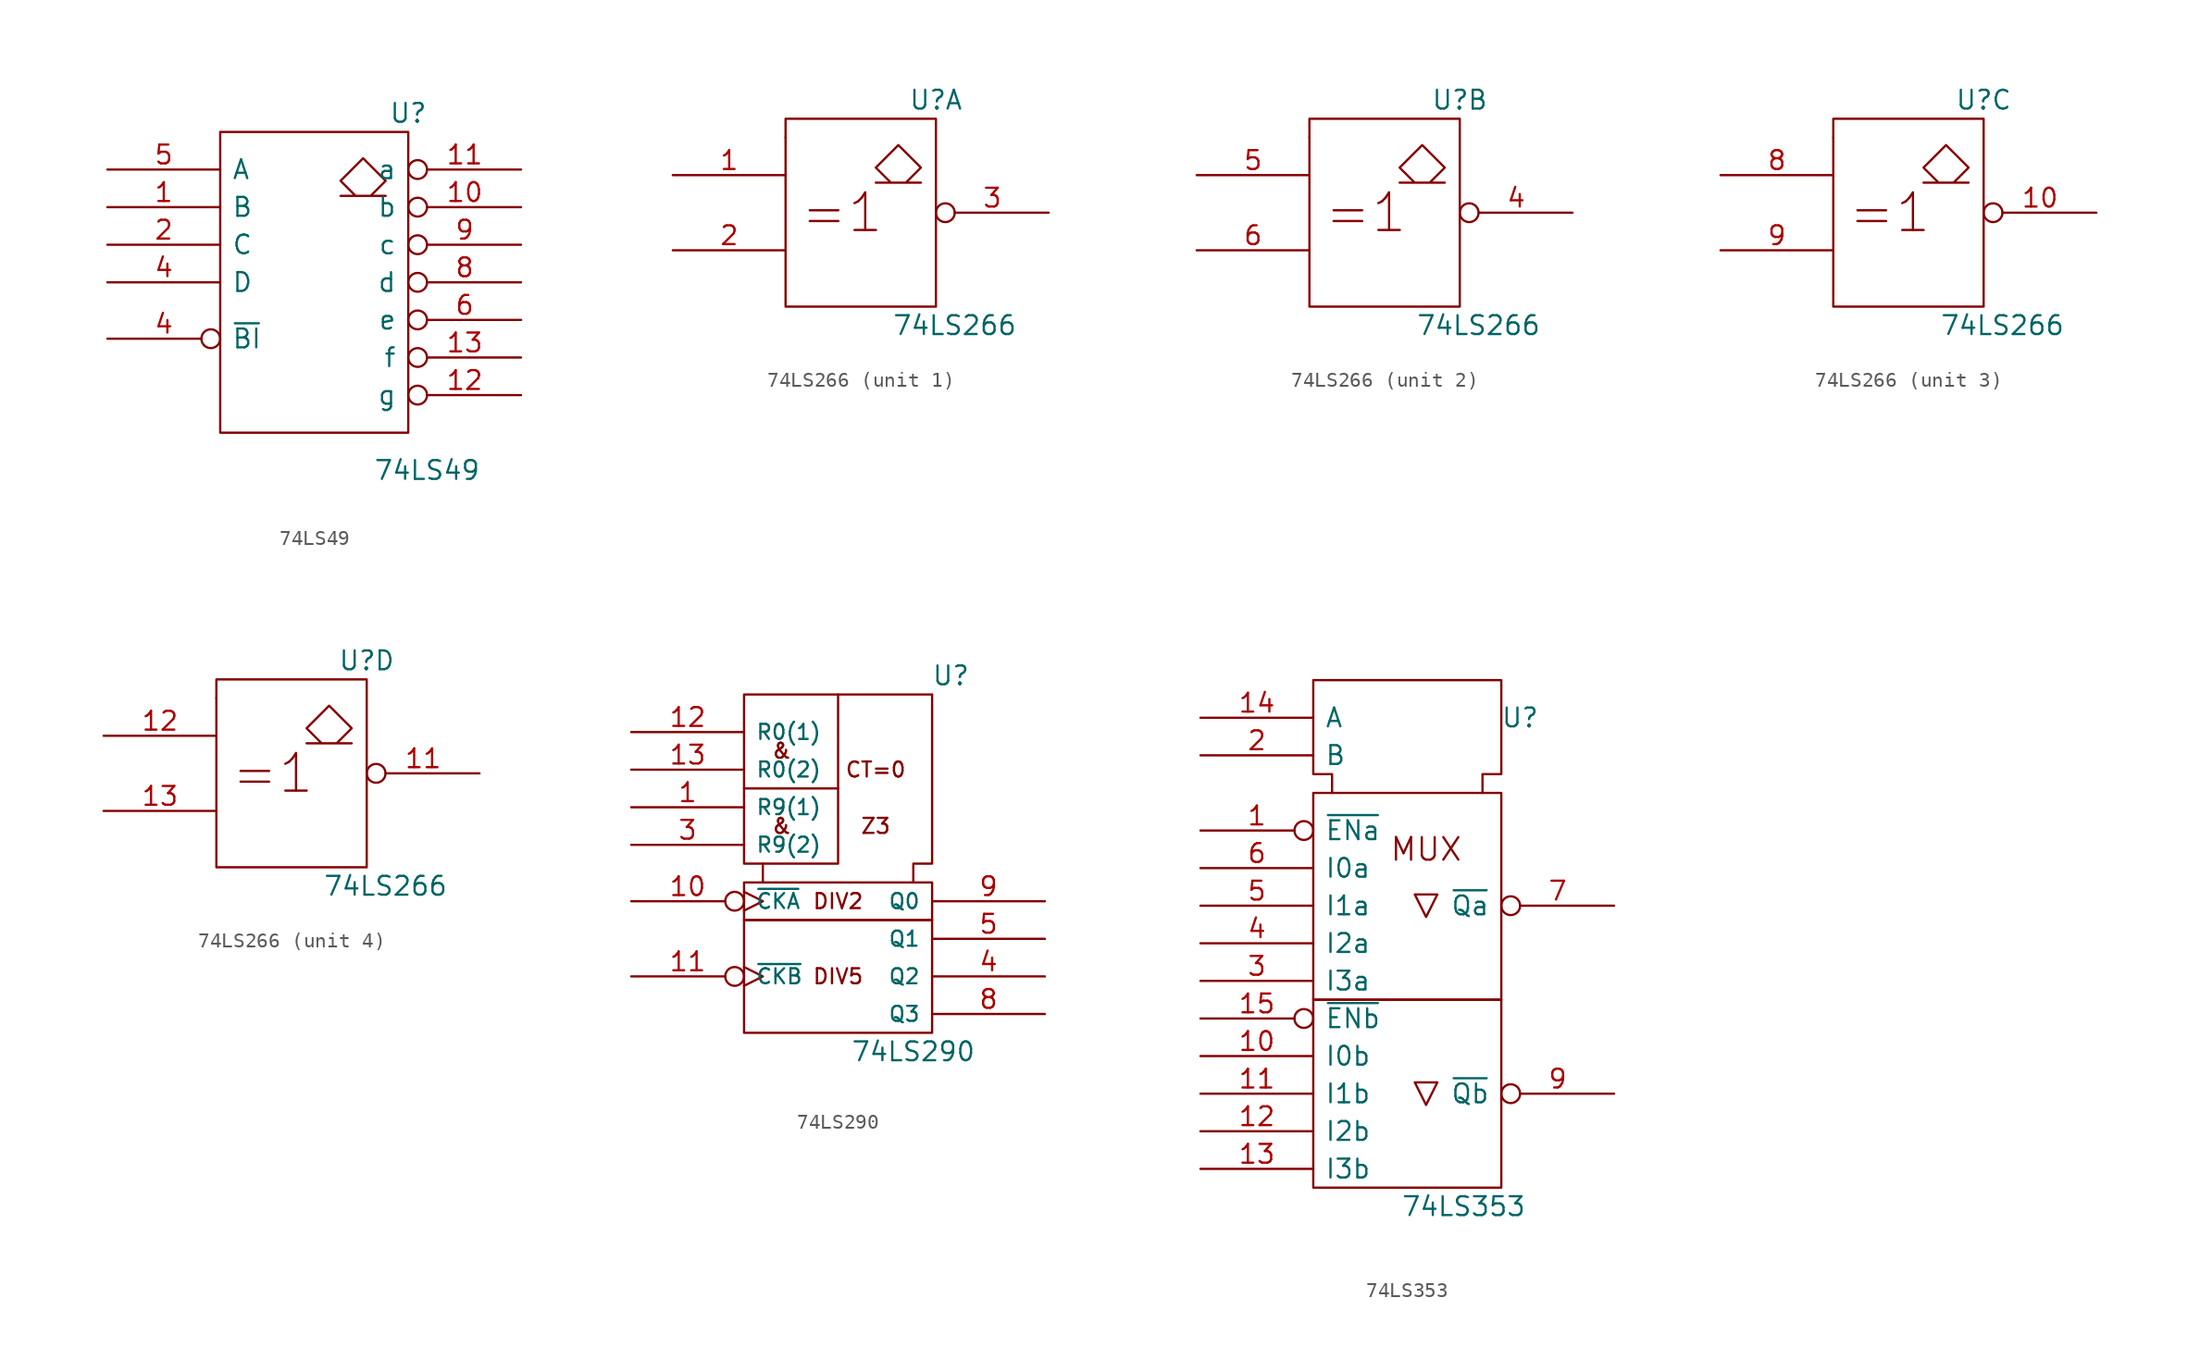
<source format=kicad_sym>
(kicad_symbol_lib
  (version 20201005)
  (generator kicad_symbol_editor)
  (symbol "74LS49"
    (pin_names
      (offset 0.762))
    (property "Reference" "U"
      (at 6.35 11.43 0)
      (effects (font (size 1.27 1.27))))
    (property "Value" "74LS49"
      (at 7.62 -12.7 0)
      (effects (font (size 1.27 1.27))))
    (symbol "74LS49_0_0"
      (rectangle (start -6.35 10.16) (end 6.35 -10.16) (stroke (width 0)) (fill (type none)))
      (polyline (pts (xy 3.81 5.842) (xy 4.826 6.858) (xy 3.302 8.382) (xy 1.778 6.858) (xy 2.794 5.842) (xy 1.778 5.842) (xy 4.826 5.842) (xy 4.826 5.842)) (stroke (width 0)) (fill (type none)))
      (pin power_in line (at 0 10.16 270) (length 0) hide (name "VCC" (effects (font (size 1.27 1.27)))) (number "14" (effects (font (size 1.27 1.27)))))
      (pin power_in line (at 0 -10.16 90) (length 0) hide (name "GND" (effects (font (size 1.27 1.27)))) (number "7" (effects (font (size 1.27 1.27))))))
    (symbol "74LS49_1_1"
      (pin open_collector inverted (at 13.97 -7.62 180) (length 7.62) (name "g" (effects (font (size 1.27 1.27)))) (number "12" (effects (font (size 1.27 1.27)))))
      (pin open_collector inverted (at 13.97 -5.08 180) (length 7.62) (name "f" (effects (font (size 1.27 1.27)))) (number "13" (effects (font (size 1.27 1.27)))))
      (pin open_collector inverted (at 13.97 -2.54 180) (length 7.62) (name "e" (effects (font (size 1.27 1.27)))) (number "6" (effects (font (size 1.27 1.27)))))
      (pin open_collector inverted (at 13.97 0 180) (length 7.62) (name "d" (effects (font (size 1.27 1.27)))) (number "8" (effects (font (size 1.27 1.27)))))
      (pin open_collector inverted (at 13.97 2.54 180) (length 7.62) (name "c" (effects (font (size 1.27 1.27)))) (number "9" (effects (font (size 1.27 1.27)))))
      (pin open_collector inverted (at 13.97 5.08 180) (length 7.62) (name "b" (effects (font (size 1.27 1.27)))) (number "10" (effects (font (size 1.27 1.27)))))
      (pin open_collector inverted (at 13.97 7.62 180) (length 7.62) (name "a" (effects (font (size 1.27 1.27)))) (number "11" (effects (font (size 1.27 1.27)))))
      (pin input inverted (at -13.97 -3.81 0) (length 7.62) (name "~BI" (effects (font (size 1.27 1.27)))) (number "4" (effects (font (size 1.27 1.27)))))
      (pin input line (at -13.97 0 0) (length 7.62) (name "D" (effects (font (size 1.27 1.27)))) (number "4" (effects (font (size 1.27 1.27)))))
      (pin input line (at -13.97 2.54 0) (length 7.62) (name "C" (effects (font (size 1.27 1.27)))) (number "2" (effects (font (size 1.27 1.27)))))
      (pin input line (at -13.97 5.08 0) (length 7.62) (name "B" (effects (font (size 1.27 1.27)))) (number "1" (effects (font (size 1.27 1.27)))))
      (pin input line (at -13.97 7.62 0) (length 7.62) (name "A" (effects (font (size 1.27 1.27)))) (number "5" (effects (font (size 1.27 1.27)))))))
  (symbol "74LS266"
    (pin_names
      (offset 0.762))
    (property "Reference" "U"
      (at 5.08 7.62 0)
      (effects (font (size 1.27 1.27))))
    (property "Value" "74LS266"
      (at 6.35 -7.62 0)
      (effects (font (size 1.27 1.27))))
    (symbol "74LS266_0_0"
      (text "=1" (at -1.27 0 0) (effects (font (size 2.54 2.54))))
      (rectangle (start -5.08 5.08) (end -5.08 5.08) (stroke (width 0)) (fill (type none)))
      (polyline (pts (xy 3.048 2.032) (xy 4.064 3.048) (xy 2.54 4.572) (xy 1.016 3.048) (xy 2.032 2.032) (xy 1.016 2.032) (xy 4.064 2.032) (xy 4.064 2.032)) (stroke (width 0)) (fill (type none))))
    (symbol "74LS266_0_1"
      (rectangle (start -5.08 6.35) (end 5.08 -6.35) (stroke (width 0)) (fill (type none)))
      (pin power_in line (at 0 6.35 270) (length 0) hide (name "VCC" (effects (font (size 1.27 1.27)))) (number "14" (effects (font (size 1.27 1.27)))))
      (pin power_in line (at 0 -6.35 90) (length 0) hide (name "GND" (effects (font (size 1.27 1.27)))) (number "7" (effects (font (size 1.27 1.27))))))
    (symbol "74LS266_1_1"
      (pin output inverted (at 12.7 0 180) (length 7.62) (name "~" (effects (font (size 1.27 1.27)))) (number "3" (effects (font (size 1.27 1.27)))))
      (pin input line (at -12.7 -2.54 0) (length 7.62) (name "~" (effects (font (size 1.27 1.27)))) (number "2" (effects (font (size 1.27 1.27)))))
      (pin input line (at -12.7 2.54 0) (length 7.62) (name "~" (effects (font (size 1.27 1.27)))) (number "1" (effects (font (size 1.27 1.27))))))
    (symbol "74LS266_2_1"
      (pin output inverted (at 12.7 0 180) (length 7.62) (name "~" (effects (font (size 1.27 1.27)))) (number "4" (effects (font (size 1.27 1.27)))))
      (pin input line (at -12.7 -2.54 0) (length 7.62) (name "~" (effects (font (size 1.27 1.27)))) (number "6" (effects (font (size 1.27 1.27)))))
      (pin input line (at -12.7 2.54 0) (length 7.62) (name "~" (effects (font (size 1.27 1.27)))) (number "5" (effects (font (size 1.27 1.27))))))
    (symbol "74LS266_3_1"
      (pin output inverted (at 12.7 0 180) (length 7.62) (name "~" (effects (font (size 1.27 1.27)))) (number "10" (effects (font (size 1.27 1.27)))))
      (pin input line (at -12.7 -2.54 0) (length 7.62) (name "~" (effects (font (size 1.27 1.27)))) (number "9" (effects (font (size 1.27 1.27)))))
      (pin input line (at -12.7 2.54 0) (length 7.62) (name "~" (effects (font (size 1.27 1.27)))) (number "8" (effects (font (size 1.27 1.27))))))
    (symbol "74LS266_4_1"
      (pin output inverted (at 12.7 0 180) (length 7.62) (name "~" (effects (font (size 1.27 1.27)))) (number "11" (effects (font (size 1.27 1.27)))))
      (pin input line (at -12.7 -2.54 0) (length 7.62) (name "~" (effects (font (size 1.27 1.27)))) (number "13" (effects (font (size 1.27 1.27)))))
      (pin input line (at -12.7 2.54 0) (length 7.62) (name "~" (effects (font (size 1.27 1.27)))) (number "12" (effects (font (size 1.27 1.27)))))))
  (symbol "74LS290"
    (pin_names
      (offset 0.762))
    (property "Reference" "U"
      (at 7.62 12.7 0)
      (effects (font (size 1.27 1.27))))
    (property "Value" "74LS290"
      (at 5.08 -12.7 0)
      (effects (font (size 1.27 1.27))))
    (symbol "74LS290_0_0"
      (text "&" (at -3.81 7.62 0) (effects (font (size 1.016 1.016))))
      (text "DIV2" (at 0 -2.54 0) (effects (font (size 1.016 1.016))))
      (text "DIV5" (at 0 -7.62 0) (effects (font (size 1.016 1.016))))
      (text "Z3" (at 2.54 2.54 0) (effects (font (size 1.016 1.016))))
      (text "CT=0" (at 2.54 6.35 0) (effects (font (size 1.016 1.016))))
      (text "&" (at -3.81 2.54 0) (effects (font (size 1.016 1.016))))
      (rectangle (start -6.35 -3.81) (end 6.35 -11.43) (stroke (width 0)) (fill (type none)))
      (rectangle (start -6.35 -1.27) (end 6.35 -3.81) (stroke (width 0)) (fill (type none)))
      (polyline (pts (xy 0 11.43) (xy 0 0) (xy -5.08 0) (xy -5.08 0)) (stroke (width 0)) (fill (type none)))
      (polyline (pts (xy 0 5.08) (xy -6.35 5.08) (xy -6.35 5.08)) (stroke (width 0)) (fill (type none)))
      (polyline (pts (xy -5.08 -1.27) (xy -5.08 0) (xy -6.35 0) (xy -6.35 11.43) (xy 6.35 11.43) (xy 6.35 0) (xy 5.08 0) (xy 5.08 -1.27) (xy 5.08 -1.27)) (stroke (width 0)) (fill (type none)))
      (pin input line (at 1.27 11.43 270) (length 0) hide (name "GND" (effects (font (size 1.016 1.016)))) (number "8" (effects (font (size 1.27 1.27)))))
      (pin power_in line (at 5.08 11.43 270) (length 0) hide (name "VCC" (effects (font (size 1.016 1.016)))) (number "16" (effects (font (size 1.27 1.27))))))
    (symbol "74LS290_1_1"
      (pin output line (at 13.97 -10.16 180) (length 7.62) (name "Q3" (effects (font (size 1.016 1.016)))) (number "8" (effects (font (size 1.27 1.27)))))
      (pin output line (at 13.97 -7.62 180) (length 7.62) (name "Q2" (effects (font (size 1.016 1.016)))) (number "4" (effects (font (size 1.27 1.27)))))
      (pin output line (at 13.97 -5.08 180) (length 7.62) (name "Q1" (effects (font (size 1.016 1.016)))) (number "5" (effects (font (size 1.27 1.27)))))
      (pin output line (at 13.97 -2.54 180) (length 7.62) (name "Q0" (effects (font (size 1.016 1.016)))) (number "9" (effects (font (size 1.27 1.27)))))
      (pin input inverted_clock (at -13.97 -7.62 0) (length 7.62) (name "~CKB" (effects (font (size 1.016 1.016)))) (number "11" (effects (font (size 1.27 1.27)))))
      (pin input inverted_clock (at -13.97 -2.54 0) (length 7.62) (name "~CKA" (effects (font (size 1.016 1.016)))) (number "10" (effects (font (size 1.27 1.27)))))
      (pin input line (at -13.97 1.27 0) (length 7.62) (name "R9(2)" (effects (font (size 1.016 1.016)))) (number "3" (effects (font (size 1.27 1.27)))))
      (pin input line (at -13.97 3.81 0) (length 7.62) (name "R9(1)" (effects (font (size 1.016 1.016)))) (number "1" (effects (font (size 1.27 1.27)))))
      (pin input line (at -13.97 6.35 0) (length 7.62) (name "R0(2)" (effects (font (size 1.016 1.016)))) (number "13" (effects (font (size 1.27 1.27)))))
      (pin input line (at -13.97 8.89 0) (length 7.62) (name "R0(1)" (effects (font (size 1.016 1.016)))) (number "12" (effects (font (size 1.27 1.27)))))))
  (symbol "74LS353"
    (pin_names
      (offset 0.762))
    (property "Reference" "U"
      (at 7.62 16.51 0)
      (effects (font (size 1.27 1.27))))
    (property "Value" "74LS353"
      (at 3.81 -16.51 0)
      (effects (font (size 1.27 1.27))))
    (symbol "74LS353_0_0"
      (text "MUX" (at 1.27 7.62 0) (effects (font (size 1.524 1.524))))
      (rectangle (start -6.35 -2.54) (end 6.35 -15.24) (stroke (width 0)) (fill (type none)))
      (rectangle (start -6.35 11.43) (end 6.35 -2.54) (stroke (width 0)) (fill (type none)))
      (polyline (pts (xy 2.032 -8.128) (xy 0.508 -8.128) (xy 1.27 -9.652) (xy 2.032 -8.128) (xy 2.032 -8.128)) (stroke (width 0)) (fill (type none)))
      (polyline (pts (xy 2.032 4.572) (xy 0.508 4.572) (xy 1.27 3.048) (xy 2.032 4.572) (xy 2.032 4.572)) (stroke (width 0)) (fill (type none)))
      (polyline (pts (xy -5.08 11.43) (xy -5.08 12.7) (xy -6.35 12.7) (xy -6.35 19.05) (xy 6.35 19.05) (xy 6.35 12.7) (xy 5.08 12.7) (xy 5.08 11.43) (xy 5.08 11.43)) (stroke (width 0)) (fill (type none)))
      (pin power_in line (at 0 19.05 270) (length 0) hide (name "GND" (effects (font (size 1.27 1.27)))) (number "8" (effects (font (size 1.27 1.27)))))
      (pin power_in line (at 3.81 19.05 270) (length 0) hide (name "VCC" (effects (font (size 1.27 1.27)))) (number "16" (effects (font (size 1.27 1.27))))))
    (symbol "74LS353_1_1"
      (pin tri_state inverted (at 13.97 -8.89 180) (length 7.62) (name "~Qb" (effects (font (size 1.27 1.27)))) (number "9" (effects (font (size 1.27 1.27)))))
      (pin tri_state inverted (at 13.97 3.81 180) (length 7.62) (name "~Qa" (effects (font (size 1.27 1.27)))) (number "7" (effects (font (size 1.27 1.27)))))
      (pin input line (at -13.97 -13.97 0) (length 7.62) (name "I3b" (effects (font (size 1.27 1.27)))) (number "13" (effects (font (size 1.27 1.27)))))
      (pin input line (at -13.97 -11.43 0) (length 7.62) (name "I2b" (effects (font (size 1.27 1.27)))) (number "12" (effects (font (size 1.27 1.27)))))
      (pin input line (at -13.97 -8.89 0) (length 7.62) (name "I1b" (effects (font (size 1.27 1.27)))) (number "11" (effects (font (size 1.27 1.27)))))
      (pin input line (at -13.97 -6.35 0) (length 7.62) (name "I0b" (effects (font (size 1.27 1.27)))) (number "10" (effects (font (size 1.27 1.27)))))
      (pin input inverted (at -13.97 -3.81 0) (length 7.62) (name "~ENb" (effects (font (size 1.27 1.27)))) (number "15" (effects (font (size 1.27 1.27)))))
      (pin input line (at -13.97 -1.27 0) (length 7.62) (name "I3a" (effects (font (size 1.27 1.27)))) (number "3" (effects (font (size 1.27 1.27)))))
      (pin input line (at -13.97 1.27 0) (length 7.62) (name "I2a" (effects (font (size 1.27 1.27)))) (number "4" (effects (font (size 1.27 1.27)))))
      (pin input line (at -13.97 3.81 0) (length 7.62) (name "I1a" (effects (font (size 1.27 1.27)))) (number "5" (effects (font (size 1.27 1.27)))))
      (pin input line (at -13.97 6.35 0) (length 7.62) (name "I0a" (effects (font (size 1.27 1.27)))) (number "6" (effects (font (size 1.27 1.27)))))
      (pin input inverted (at -13.97 8.89 0) (length 7.62) (name "~ENa" (effects (font (size 1.27 1.27)))) (number "1" (effects (font (size 1.27 1.27)))))
      (pin input line (at -13.97 13.97 0) (length 7.62) (name "B" (effects (font (size 1.27 1.27)))) (number "2" (effects (font (size 1.27 1.27)))))
      (pin input line (at -13.97 16.51 0) (length 7.62) (name "A" (effects (font (size 1.27 1.27)))) (number "14" (effects (font (size 1.27 1.27))))))))
</source>
